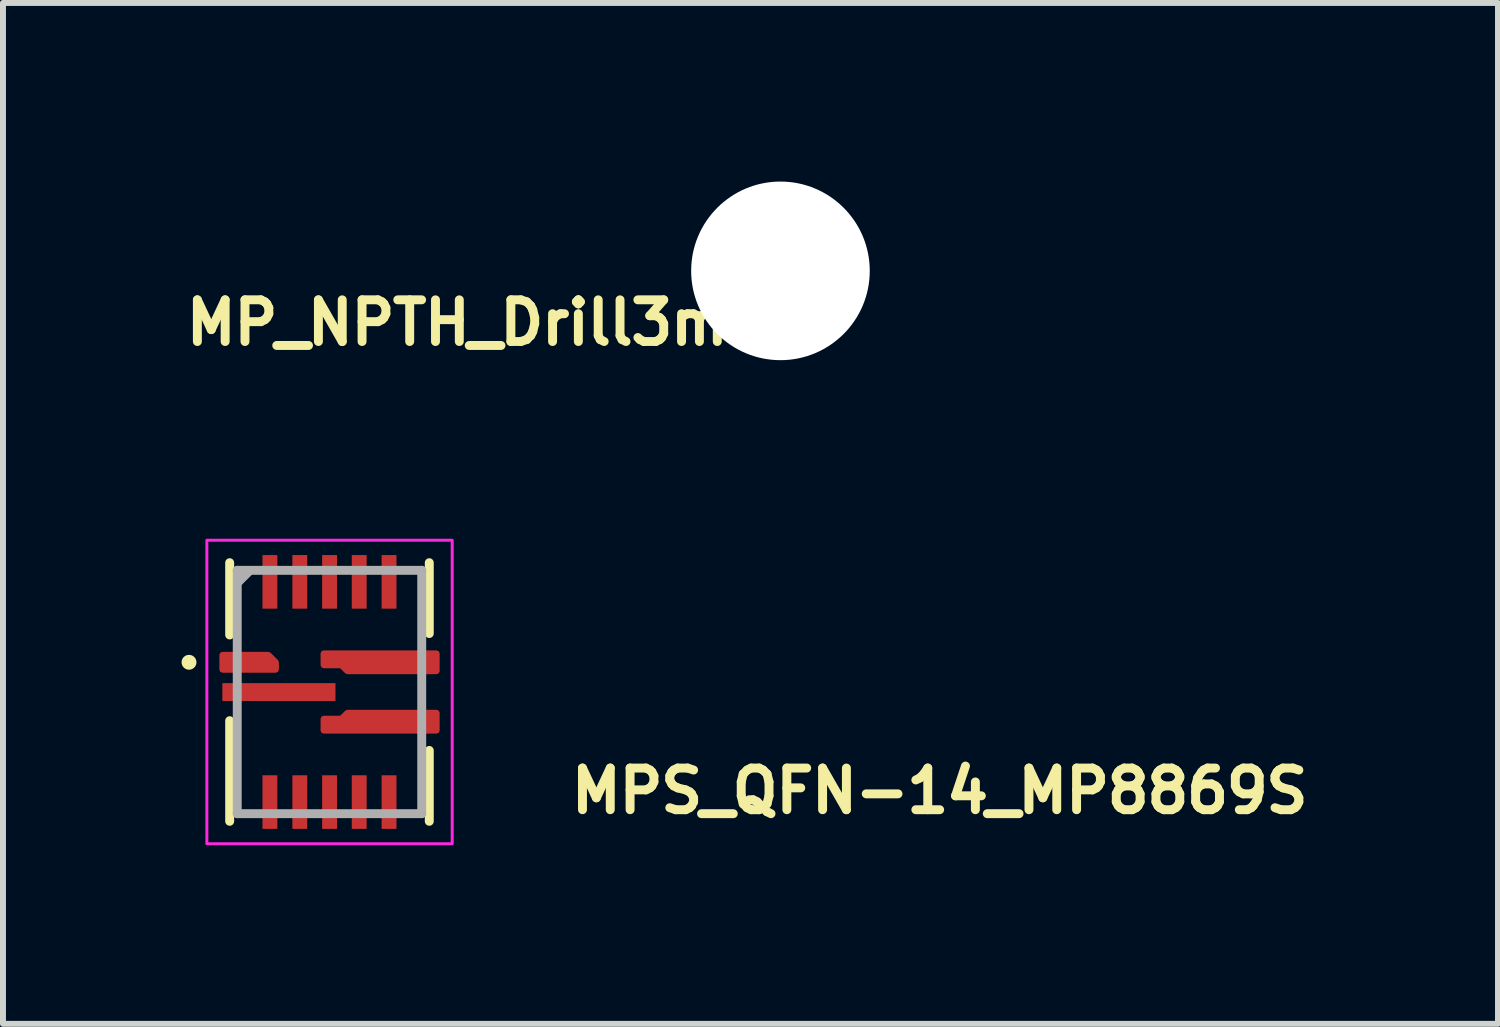
<source format=kicad_pcb>
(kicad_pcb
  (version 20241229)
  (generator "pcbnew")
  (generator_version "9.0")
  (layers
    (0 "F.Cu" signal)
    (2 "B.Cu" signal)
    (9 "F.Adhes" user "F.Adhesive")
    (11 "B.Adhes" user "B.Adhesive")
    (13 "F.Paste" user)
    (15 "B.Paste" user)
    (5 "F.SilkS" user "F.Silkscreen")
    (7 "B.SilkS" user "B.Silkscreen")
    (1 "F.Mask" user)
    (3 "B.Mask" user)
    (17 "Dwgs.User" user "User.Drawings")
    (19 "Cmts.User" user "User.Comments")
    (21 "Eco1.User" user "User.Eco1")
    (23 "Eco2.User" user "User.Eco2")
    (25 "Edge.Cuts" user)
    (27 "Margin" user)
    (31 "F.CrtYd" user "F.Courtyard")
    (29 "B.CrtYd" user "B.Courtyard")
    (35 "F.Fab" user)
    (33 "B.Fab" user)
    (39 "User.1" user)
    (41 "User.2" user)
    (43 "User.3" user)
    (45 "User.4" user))
  (footprint "MP_NPTH_Drill3mm"
    (layer "F.Cu")
    (at 10.06 1.5)
    (property "Reference" "MP_NPTH_Drill3mm" (at -10.06 1.28 0) (layer "F.SilkS") (effects (font (size 0.7 0.7) (thickness 0.15)) (justify left bottom)))
    (attr board_only exclude_from_pos_files exclude_from_bom)
    (pad "" np_thru_hole circle (at 0 0) (size 3 3) (drill 3) (layers "*.Cu" "*.Mask")))
  (footprint "MPS_QFN-14_MP8869S"
    (layer "F.Cu")
    (at 2.486 8.575)
    (property "Reference" "MPS_QFN-14_MP8869S" (at 3.983 2.07 0) (layer "F.SilkS") (effects (font (size 0.7 0.7) (thickness 0.15)) (justify left bottom)))
    (attr smd)
    (fp_line (start -1.678 -0.959) (end -1.678 -2.173) (stroke (width 0.15) (type solid)) (layer "F.SilkS"))
    (fp_line (start -1.678 2.171) (end -1.678 0.481) (stroke (width 0.15) (type solid)) (layer "F.SilkS"))
    (fp_line (start 1.675 -2.173) (end 1.675 -0.983) (stroke (width 0.15) (type solid)) (layer "F.SilkS"))
    (fp_line (start 1.675 0.981) (end 1.675 2.171) (stroke (width 0.15) (type solid)) (layer "F.SilkS"))
    (fp_circle (center -2.361 -0.5) (end -2.311 -0.5) (stroke (width 0.15) (type solid)) (fill yes) (layer "F.SilkS"))
    (fp_rect (start -2.061 -2.55) (end 2.06 2.548) (stroke (width 0.05) (type solid)) (fill no) (layer "F.CrtYd"))
    (fp_line (start -1.551 -2.045) (end -1.551 2.043) (stroke (width 0.15) (type solid)) (layer "F.Fab"))
    (fp_line (start -1.551 2.043) (end 1.548 2.043) (stroke (width 0.15) (type solid)) (layer "F.Fab"))
    (fp_line (start -1.541 -1.841) (end -1.341 -2.04) (stroke (width 0.15) (type solid)) (layer "F.Fab"))
    (fp_line (start 1.548 -2.045) (end -1.551 -2.045) (stroke (width 0.15) (type solid)) (layer "F.Fab"))
    (fp_line (start 1.548 2.043) (end 1.548 -2.045) (stroke (width 0.15) (type solid)) (layer "F.Fab"))
    (fp_rect (start -1.561 -2.05) (end 1.56 2.048) (stroke (width 0.1) (type solid)) (fill no) (layer "User.5"))
    (fp_line (start -1.561 -1.401) (end -1.551 -1.401) (stroke (width 0.02) (type solid)) (layer "User.9"))
    (fp_line (start -1.561 -1.101) (end -1.561 -1.401) (stroke (width 0.02) (type solid)) (layer "User.9"))
    (fp_line (start -1.561 -0.902) (end -1.551 -0.902) (stroke (width 0.02) (type solid)) (layer "User.9"))
    (fp_line (start -1.561 -0.6) (end -1.561 -0.902) (stroke (width 0.02) (type solid)) (layer "User.9"))
    (fp_line (start -1.561 -0.402) (end -1.551 -0.402) (stroke (width 0.02) (type solid)) (layer "User.9"))
    (fp_line (start -1.561 -0.102) (end -1.561 -0.402) (stroke (width 0.02) (type solid)) (layer "User.9"))
    (fp_line (start -1.561 0.1) (end -1.551 0.1) (stroke (width 0.02) (type solid)) (layer "User.9"))
    (fp_line (start -1.561 0.4) (end -1.561 0.1) (stroke (width 0.02) (type solid)) (layer "User.9"))
    (fp_line (start -1.561 0.598) (end -1.561 0.9) (stroke (width 0.02) (type solid)) (layer "User.9"))
    (fp_line (start -1.561 0.9) (end -1.551 0.9) (stroke (width 0.02) (type solid)) (layer "User.9"))
    (fp_line (start -1.561 1.1) (end -1.561 1.398) (stroke (width 0.02) (type solid)) (layer "User.9"))
    (fp_line (start -1.561 1.398) (end -1.551 1.398) (stroke (width 0.02) (type solid)) (layer "User.9"))
    (fp_line (start -1.551 -2.05) (end 1.55 -2.05) (stroke (width 0.02) (type solid)) (layer "User.9"))
    (fp_line (start -1.551 -1.101) (end -1.561 -1.101) (stroke (width 0.02) (type solid)) (layer "User.9"))
    (fp_line (start -1.551 -0.6) (end -1.561 -0.6) (stroke (width 0.02) (type solid)) (layer "User.9"))
    (fp_line (start -1.551 -0.102) (end -1.561 -0.102) (stroke (width 0.02) (type solid)) (layer "User.9"))
    (fp_line (start -1.551 0.4) (end -1.561 0.4) (stroke (width 0.02) (type solid)) (layer "User.9"))
    (fp_line (start -1.551 0.598) (end -1.561 0.598) (stroke (width 0.02) (type solid)) (layer "User.9"))
    (fp_line (start -1.551 1.1) (end -1.561 1.1) (stroke (width 0.02) (type solid)) (layer "User.9"))
    (fp_line (start -1.551 2.048) (end -1.551 -2.05) (stroke (width 0.02) (type solid)) (layer "User.9"))
    (fp_line (start -1.25 -1.571) (end -1.248 -1.581) (stroke (width 0.02) (type solid)) (layer "User.9"))
    (fp_line (start -1.25 -1.561) (end -1.25 -1.571) (stroke (width 0.02) (type solid)) (layer "User.9"))
    (fp_line (start -1.25 -1.551) (end -1.25 -1.561) (stroke (width 0.02) (type solid)) (layer "User.9"))
    (fp_line (start -1.25 -1.551) (end -1.25 -1.551) (stroke (width 0.02) (type solid)) (layer "User.9"))
    (fp_line (start -1.25 -1.541) (end -1.25 -1.551) (stroke (width 0.02) (type solid)) (layer "User.9"))
    (fp_line (start -1.25 -1.53) (end -1.25 -1.541) (stroke (width 0.02) (type solid)) (layer "User.9"))
    (fp_line (start -1.248 -1.581) (end -1.246 -1.591) (stroke (width 0.02) (type solid)) (layer "User.9"))
    (fp_line (start -1.248 -1.52) (end -1.25 -1.53) (stroke (width 0.02) (type solid)) (layer "User.9"))
    (fp_line (start -1.246 -1.591) (end -1.244 -1.601) (stroke (width 0.02) (type solid)) (layer "User.9"))
    (fp_line (start -1.246 -1.51) (end -1.248 -1.52) (stroke (width 0.02) (type solid)) (layer "User.9"))
    (fp_line (start -1.244 -1.601) (end -1.242 -1.611) (stroke (width 0.02) (type solid)) (layer "User.9"))
    (fp_line (start -1.244 -1.502) (end -1.246 -1.51) (stroke (width 0.02) (type solid)) (layer "User.9"))
    (fp_line (start -1.242 -1.611) (end -1.238 -1.619) (stroke (width 0.02) (type solid)) (layer "User.9"))
    (fp_line (start -1.242 -1.492) (end -1.244 -1.502) (stroke (width 0.02) (type solid)) (layer "User.9"))
    (fp_line (start -1.238 -1.619) (end -1.236 -1.629) (stroke (width 0.02) (type solid)) (layer "User.9"))
    (fp_line (start -1.238 -1.482) (end -1.242 -1.492) (stroke (width 0.02) (type solid)) (layer "User.9"))
    (fp_line (start -1.236 -1.629) (end -1.232 -1.637) (stroke (width 0.02) (type solid)) (layer "User.9"))
    (fp_line (start -1.236 -1.474) (end -1.238 -1.482) (stroke (width 0.02) (type solid)) (layer "User.9"))
    (fp_line (start -1.232 -1.637) (end -1.226 -1.647) (stroke (width 0.02) (type solid)) (layer "User.9"))
    (fp_line (start -1.232 -1.464) (end -1.236 -1.474) (stroke (width 0.02) (type solid)) (layer "User.9"))
    (fp_line (start -1.226 -1.647) (end -1.222 -1.655) (stroke (width 0.02) (type solid)) (layer "User.9"))
    (fp_line (start -1.226 -1.456) (end -1.232 -1.464) (stroke (width 0.02) (type solid)) (layer "User.9"))
    (fp_line (start -1.222 -1.655) (end -1.216 -1.663) (stroke (width 0.02) (type solid)) (layer "User.9"))
    (fp_line (start -1.222 -1.448) (end -1.226 -1.456) (stroke (width 0.02) (type solid)) (layer "User.9"))
    (fp_line (start -1.216 -1.663) (end -1.212 -1.67) (stroke (width 0.02) (type solid)) (layer "User.9"))
    (fp_line (start -1.216 -1.44) (end -1.222 -1.448) (stroke (width 0.02) (type solid)) (layer "User.9"))
    (fp_line (start -1.212 -1.67) (end -1.206 -1.678) (stroke (width 0.02) (type solid)) (layer "User.9"))
    (fp_line (start -1.212 -1.432) (end -1.216 -1.44) (stroke (width 0.02) (type solid)) (layer "User.9"))
    (fp_line (start -1.206 -1.678) (end -1.198 -1.686) (stroke (width 0.02) (type solid)) (layer "User.9"))
    (fp_line (start -1.206 -1.424) (end -1.212 -1.432) (stroke (width 0.02) (type solid)) (layer "User.9"))
    (fp_line (start -1.198 -1.686) (end -1.192 -1.692) (stroke (width 0.02) (type solid)) (layer "User.9"))
    (fp_line (start -1.198 -1.416) (end -1.206 -1.424) (stroke (width 0.02) (type solid)) (layer "User.9"))
    (fp_line (start -1.192 -1.692) (end -1.186 -1.7) (stroke (width 0.02) (type solid)) (layer "User.9"))
    (fp_line (start -1.192 -1.41) (end -1.198 -1.416) (stroke (width 0.02) (type solid)) (layer "User.9"))
    (fp_line (start -1.186 -1.7) (end -1.178 -1.706) (stroke (width 0.02) (type solid)) (layer "User.9"))
    (fp_line (start -1.186 -1.403) (end -1.192 -1.41) (stroke (width 0.02) (type solid)) (layer "User.9"))
    (fp_line (start -1.178 -1.706) (end -1.17 -1.712) (stroke (width 0.02) (type solid)) (layer "User.9"))
    (fp_line (start -1.178 -1.397) (end -1.186 -1.403) (stroke (width 0.02) (type solid)) (layer "User.9"))
    (fp_line (start -1.17 -1.712) (end -1.162 -1.716) (stroke (width 0.02) (type solid)) (layer "User.9"))
    (fp_line (start -1.17 -1.391) (end -1.178 -1.397) (stroke (width 0.02) (type solid)) (layer "User.9"))
    (fp_line (start -1.162 -1.716) (end -1.154 -1.722) (stroke (width 0.02) (type solid)) (layer "User.9"))
    (fp_line (start -1.162 -1.385) (end -1.17 -1.391) (stroke (width 0.02) (type solid)) (layer "User.9"))
    (fp_line (start -1.154 -1.722) (end -1.147 -1.726) (stroke (width 0.02) (type solid)) (layer "User.9"))
    (fp_line (start -1.154 -1.379) (end -1.162 -1.385) (stroke (width 0.02) (type solid)) (layer "User.9"))
    (fp_line (start -1.147 -1.726) (end -1.137 -1.732) (stroke (width 0.02) (type solid)) (layer "User.9"))
    (fp_line (start -1.147 -1.375) (end -1.154 -1.379) (stroke (width 0.02) (type solid)) (layer "User.9"))
    (fp_line (start -1.137 -1.732) (end -1.129 -1.736) (stroke (width 0.02) (type solid)) (layer "User.9"))
    (fp_line (start -1.137 -1.371) (end -1.147 -1.375) (stroke (width 0.02) (type solid)) (layer "User.9"))
    (fp_line (start -1.129 -1.736) (end -1.119 -1.738) (stroke (width 0.02) (type solid)) (layer "User.9"))
    (fp_line (start -1.129 -1.367) (end -1.137 -1.371) (stroke (width 0.02) (type solid)) (layer "User.9"))
    (fp_line (start -1.119 -1.738) (end -1.111 -1.742) (stroke (width 0.02) (type solid)) (layer "User.9"))
    (fp_line (start -1.119 -1.363) (end -1.129 -1.367) (stroke (width 0.02) (type solid)) (layer "User.9"))
    (fp_line (start -1.111 -1.742) (end -1.101 -1.744) (stroke (width 0.02) (type solid)) (layer "User.9"))
    (fp_line (start -1.111 -1.361) (end -1.119 -1.363) (stroke (width 0.02) (type solid)) (layer "User.9"))
    (fp_line (start -1.101 -1.744) (end -1.091 -1.746) (stroke (width 0.02) (type solid)) (layer "User.9"))
    (fp_line (start -1.101 -1.357) (end -1.111 -1.361) (stroke (width 0.02) (type solid)) (layer "User.9"))
    (fp_line (start -1.091 -1.746) (end -1.081 -1.748) (stroke (width 0.02) (type solid)) (layer "User.9"))
    (fp_line (start -1.091 -1.355) (end -1.101 -1.357) (stroke (width 0.02) (type solid)) (layer "User.9"))
    (fp_line (start -1.081 -1.748) (end -1.071 -1.75) (stroke (width 0.02) (type solid)) (layer "User.9"))
    (fp_line (start -1.081 -1.353) (end -1.091 -1.355) (stroke (width 0.02) (type solid)) (layer "User.9"))
    (fp_line (start -1.071 -1.75) (end -1.061 -1.75) (stroke (width 0.02) (type solid)) (layer "User.9"))
    (fp_line (start -1.071 -1.353) (end -1.081 -1.353) (stroke (width 0.02) (type solid)) (layer "User.9"))
    (fp_line (start -1.061 -1.75) (end -1.051 -1.75) (stroke (width 0.02) (type solid)) (layer "User.9"))
    (fp_line (start -1.061 -1.351) (end -1.071 -1.353) (stroke (width 0.02) (type solid)) (layer "User.9"))
    (fp_line (start -1.051 -1.75) (end -1.041 -1.75) (stroke (width 0.02) (type solid)) (layer "User.9"))
    (fp_line (start -1.051 -1.351) (end -1.061 -1.351) (stroke (width 0.02) (type solid)) (layer "User.9"))
    (fp_line (start -1.041 -1.75) (end -1.031 -1.75) (stroke (width 0.02) (type solid)) (layer "User.9"))
    (fp_line (start -1.041 -1.351) (end -1.051 -1.351) (stroke (width 0.02) (type solid)) (layer "User.9"))
    (fp_line (start -1.031 -1.75) (end -1.02 -1.748) (stroke (width 0.02) (type solid)) (layer "User.9"))
    (fp_line (start -1.031 -1.353) (end -1.041 -1.351) (stroke (width 0.02) (type solid)) (layer "User.9"))
    (fp_line (start -1.02 -1.748) (end -1.01 -1.746) (stroke (width 0.02) (type solid)) (layer "User.9"))
    (fp_line (start -1.02 -1.353) (end -1.031 -1.353) (stroke (width 0.02) (type solid)) (layer "User.9"))
    (fp_line (start -1.01 -1.746) (end -1.002 -1.744) (stroke (width 0.02) (type solid)) (layer "User.9"))
    (fp_line (start -1.01 -1.355) (end -1.02 -1.353) (stroke (width 0.02) (type solid)) (layer "User.9"))
    (fp_line (start -1.002 -1.744) (end -0.991 -1.742) (stroke (width 0.02) (type solid)) (layer "User.9"))
    (fp_line (start -1.002 -1.357) (end -1.01 -1.355) (stroke (width 0.02) (type solid)) (layer "User.9"))
    (fp_line (start -0.991 -1.742) (end -0.982 -1.738) (stroke (width 0.02) (type solid)) (layer "User.9"))
    (fp_line (start -0.991 -1.361) (end -1.002 -1.357) (stroke (width 0.02) (type solid)) (layer "User.9"))
    (fp_line (start -0.982 -1.738) (end -0.973 -1.736) (stroke (width 0.02) (type solid)) (layer "User.9"))
    (fp_line (start -0.982 -1.363) (end -0.991 -1.361) (stroke (width 0.02) (type solid)) (layer "User.9"))
    (fp_line (start -0.973 -1.736) (end -0.964 -1.732) (stroke (width 0.02) (type solid)) (layer "User.9"))
    (fp_line (start -0.973 -1.367) (end -0.982 -1.363) (stroke (width 0.02) (type solid)) (layer "User.9"))
    (fp_line (start -0.964 -1.732) (end -0.956 -1.726) (stroke (width 0.02) (type solid)) (layer "User.9"))
    (fp_line (start -0.964 -1.371) (end -0.973 -1.367) (stroke (width 0.02) (type solid)) (layer "User.9"))
    (fp_line (start -0.956 -1.726) (end -0.948 -1.722) (stroke (width 0.02) (type solid)) (layer "User.9"))
    (fp_line (start -0.956 -1.375) (end -0.964 -1.371) (stroke (width 0.02) (type solid)) (layer "User.9"))
    (fp_line (start -0.948 -1.722) (end -0.94 -1.716) (stroke (width 0.02) (type solid)) (layer "User.9"))
    (fp_line (start -0.948 -1.379) (end -0.956 -1.375) (stroke (width 0.02) (type solid)) (layer "User.9"))
    (fp_line (start -0.94 -1.716) (end -0.932 -1.712) (stroke (width 0.02) (type solid)) (layer "User.9"))
    (fp_line (start -0.94 -1.385) (end -0.948 -1.379) (stroke (width 0.02) (type solid)) (layer "User.9"))
    (fp_line (start -0.932 -1.712) (end -0.924 -1.706) (stroke (width 0.02) (type solid)) (layer "User.9"))
    (fp_line (start -0.932 -1.391) (end -0.94 -1.385) (stroke (width 0.02) (type solid)) (layer "User.9"))
    (fp_line (start -0.924 -1.706) (end -0.917 -1.7) (stroke (width 0.02) (type solid)) (layer "User.9"))
    (fp_line (start -0.924 -1.397) (end -0.932 -1.391) (stroke (width 0.02) (type solid)) (layer "User.9"))
    (fp_line (start -0.917 -1.7) (end -0.91 -1.692) (stroke (width 0.02) (type solid)) (layer "User.9"))
    (fp_line (start -0.917 -1.403) (end -0.924 -1.397) (stroke (width 0.02) (type solid)) (layer "User.9"))
    (fp_line (start -0.91 -1.692) (end -0.904 -1.686) (stroke (width 0.02) (type solid)) (layer "User.9"))
    (fp_line (start -0.91 -1.41) (end -0.917 -1.403) (stroke (width 0.02) (type solid)) (layer "User.9"))
    (fp_line (start -0.904 -1.686) (end -0.896 -1.678) (stroke (width 0.02) (type solid)) (layer "User.9"))
    (fp_line (start -0.904 -1.416) (end -0.91 -1.41) (stroke (width 0.02) (type solid)) (layer "User.9"))
    (fp_line (start -0.896 -1.678) (end -0.89 -1.67) (stroke (width 0.02) (type solid)) (layer "User.9"))
    (fp_line (start -0.896 -1.424) (end -0.904 -1.416) (stroke (width 0.02) (type solid)) (layer "User.9"))
    (fp_line (start -0.89 -1.67) (end -0.885 -1.663) (stroke (width 0.02) (type solid)) (layer "User.9"))
    (fp_line (start -0.89 -1.432) (end -0.896 -1.424) (stroke (width 0.02) (type solid)) (layer "User.9"))
    (fp_line (start -0.885 -1.663) (end -0.88 -1.655) (stroke (width 0.02) (type solid)) (layer "User.9"))
    (fp_line (start -0.885 -1.44) (end -0.89 -1.432) (stroke (width 0.02) (type solid)) (layer "User.9"))
    (fp_line (start -0.88 -1.655) (end -0.875 -1.647) (stroke (width 0.02) (type solid)) (layer "User.9"))
    (fp_line (start -0.88 -1.448) (end -0.885 -1.44) (stroke (width 0.02) (type solid)) (layer "User.9"))
    (fp_line (start -0.875 -1.647) (end -0.87 -1.637) (stroke (width 0.02) (type solid)) (layer "User.9"))
    (fp_line (start -0.875 -1.456) (end -0.88 -1.448) (stroke (width 0.02) (type solid)) (layer "User.9"))
    (fp_line (start -0.87 -1.637) (end -0.866 -1.629) (stroke (width 0.02) (type solid)) (layer "User.9"))
    (fp_line (start -0.87 -1.464) (end -0.875 -1.456) (stroke (width 0.02) (type solid)) (layer "User.9"))
    (fp_line (start -0.866 -1.629) (end -0.863 -1.619) (stroke (width 0.02) (type solid)) (layer "User.9"))
    (fp_line (start -0.866 -1.474) (end -0.87 -1.464) (stroke (width 0.02) (type solid)) (layer "User.9"))
    (fp_line (start -0.863 -1.619) (end -0.86 -1.611) (stroke (width 0.02) (type solid)) (layer "User.9"))
    (fp_line (start -0.863 -1.482) (end -0.866 -1.474) (stroke (width 0.02) (type solid)) (layer "User.9"))
    (fp_line (start -0.86 -1.611) (end -0.857 -1.601) (stroke (width 0.02) (type solid)) (layer "User.9"))
    (fp_line (start -0.86 -1.492) (end -0.863 -1.482) (stroke (width 0.02) (type solid)) (layer "User.9"))
    (fp_line (start -0.857 -1.601) (end -0.855 -1.591) (stroke (width 0.02) (type solid)) (layer "User.9"))
    (fp_line (start -0.857 -1.502) (end -0.86 -1.492) (stroke (width 0.02) (type solid)) (layer "User.9"))
    (fp_line (start -0.855 -1.591) (end -0.853 -1.581) (stroke (width 0.02) (type solid)) (layer "User.9"))
    (fp_line (start -0.855 -1.51) (end -0.857 -1.502) (stroke (width 0.02) (type solid)) (layer "User.9"))
    (fp_line (start -0.853 -1.581) (end -0.852 -1.571) (stroke (width 0.02) (type solid)) (layer "User.9"))
    (fp_line (start -0.853 -1.52) (end -0.855 -1.51) (stroke (width 0.02) (type solid)) (layer "User.9"))
    (fp_line (start -0.852 -1.571) (end -0.851 -1.561) (stroke (width 0.02) (type solid)) (layer "User.9"))
    (fp_line (start -0.852 -1.53) (end -0.853 -1.52) (stroke (width 0.02) (type solid)) (layer "User.9"))
    (fp_line (start -0.851 -1.561) (end -0.851 -1.551) (stroke (width 0.02) (type solid)) (layer "User.9"))
    (fp_line (start -0.851 -1.551) (end -0.851 -1.551) (stroke (width 0.02) (type solid)) (layer "User.9"))
    (fp_line (start -0.851 -1.551) (end -0.851 -1.541) (stroke (width 0.02) (type solid)) (layer "User.9"))
    (fp_line (start -0.851 -1.541) (end -0.852 -1.53) (stroke (width 0.02) (type solid)) (layer "User.9"))
    (fp_line (start 1.55 -2.05) (end 1.55 2.048) (stroke (width 0.02) (type solid)) (layer "User.9"))
    (fp_line (start 1.55 -1.401) (end 1.56 -1.401) (stroke (width 0.02) (type solid)) (layer "User.9"))
    (fp_line (start 1.55 -0.6) (end 1.56 -0.6) (stroke (width 0.02) (type solid)) (layer "User.9"))
    (fp_line (start 1.55 -0.102) (end 1.56 -0.102) (stroke (width 0.02) (type solid)) (layer "User.9"))
    (fp_line (start 1.55 0.4) (end 1.56 0.4) (stroke (width 0.02) (type solid)) (layer "User.9"))
    (fp_line (start 1.55 0.598) (end 1.56 0.598) (stroke (width 0.02) (type solid)) (layer "User.9"))
    (fp_line (start 1.55 1.398) (end 1.56 1.398) (stroke (width 0.02) (type solid)) (layer "User.9"))
    (fp_line (start 1.55 2.048) (end -1.551 2.048) (stroke (width 0.02) (type solid)) (layer "User.9"))
    (fp_line (start 1.56 -1.401) (end 1.56 -1.101) (stroke (width 0.02) (type solid)) (layer "User.9"))
    (fp_line (start 1.56 -1.101) (end 1.55 -1.101) (stroke (width 0.02) (type solid)) (layer "User.9"))
    (fp_line (start 1.56 -0.902) (end 1.55 -0.902) (stroke (width 0.02) (type solid)) (layer "User.9"))
    (fp_line (start 1.56 -0.6) (end 1.56 -0.902) (stroke (width 0.02) (type solid)) (layer "User.9"))
    (fp_line (start 1.56 -0.402) (end 1.55 -0.402) (stroke (width 0.02) (type solid)) (layer "User.9"))
    (fp_line (start 1.56 -0.102) (end 1.56 -0.402) (stroke (width 0.02) (type solid)) (layer "User.9"))
    (fp_line (start 1.56 0.1) (end 1.55 0.1) (stroke (width 0.02) (type solid)) (layer "User.9"))
    (fp_line (start 1.56 0.4) (end 1.56 0.1) (stroke (width 0.02) (type solid)) (layer "User.9"))
    (fp_line (start 1.56 0.598) (end 1.56 0.9) (stroke (width 0.02) (type solid)) (layer "User.9"))
    (fp_line (start 1.56 0.9) (end 1.55 0.9) (stroke (width 0.02) (type solid)) (layer "User.9"))
    (fp_line (start 1.56 1.1) (end 1.55 1.1) (stroke (width 0.02) (type solid)) (layer "User.9"))
    (fp_line (start 1.56 1.398) (end 1.56 1.1) (stroke (width 0.02) (type solid)) (layer "User.9"))
    (pad "1" smd custom (at -1.401 -0.5) (size 0.8 0.25) (layers "F.Cu" "F.Mask" "F.Paste") (options (anchor rect)) (primitives (gr_poly (pts (xy -0.4 -0.125) (xy -0.4 0.125) (xy 0.5 0.125) (xy 0.5 -0.000001) (xy 0.375 -0.125)) (width 0.1) (fill yes))))
    (pad "2" smd rect (at -0.851 0) (size 1.9 0.3) (layers "F.Cu" "F.Mask" "F.Paste"))
    (pad "3" smd rect (at -1.002 1.848 90) (size 0.9 0.25) (layers "F.Cu" "F.Mask" "F.Paste"))
    (pad "4" smd rect (at -0.5 1.848 90) (size 0.9 0.25) (layers "F.Cu" "F.Mask" "F.Paste"))
    (pad "5" smd rect (at 0 1.848 90) (size 0.9 0.25) (layers "F.Cu" "F.Mask" "F.Paste"))
    (pad "6" smd rect (at 0.498 1.848 90) (size 0.9 0.25) (layers "F.Cu" "F.Mask" "F.Paste"))
    (pad "7" smd rect (at 0.999 1.848 90) (size 0.9 0.25) (layers "F.Cu" "F.Mask" "F.Paste"))
    (pad "8" smd custom (at 0.849 0.498) (size 0.127 0.127) (layers "F.Cu" "F.Mask" "F.Paste") (options (anchor rect)) (primitives (gr_poly (pts (xy 0.95 0.15) (xy 0.95 -0.15) (xy -0.55 -0.15) (xy -0.65 -0.05) (xy -0.95 -0.05) (xy -0.95 0.15)) (width 0.1) (fill yes))))
    (pad "9" smd custom (at 0.849 -0.5) (size 0.127 0.127) (layers "F.Cu" "F.Mask" "F.Paste") (options (anchor rect)) (primitives (gr_poly (pts (xy 0.95 -0.15) (xy 0.95 0.15) (xy -0.55 0.15) (xy -0.65 0.05) (xy -0.95 0.05) (xy -0.95 -0.15)) (width 0.1) (fill yes))))
    (pad "10" smd rect (at 0.999 -1.851 90) (size 0.9 0.25) (layers "F.Cu" "F.Mask" "F.Paste"))
    (pad "11" smd rect (at 0.498 -1.851 90) (size 0.9 0.25) (layers "F.Cu" "F.Mask" "F.Paste"))
    (pad "12" smd rect (at 0 -1.851 90) (size 0.9 0.25) (layers "F.Cu" "F.Mask" "F.Paste"))
    (pad "13" smd rect (at -0.5 -1.851 90) (size 0.9 0.25) (layers "F.Cu" "F.Mask" "F.Paste"))
    (pad "14" smd rect (at -1.002 -1.851 90) (size 0.9 0.25) (layers "F.Cu" "F.Mask" "F.Paste")))
  (gr_rect
    (start -3 -3)
    (end 22.113 14.148)
    (stroke (width 0.1) (type default))
    (fill no)
    (layer "Edge.Cuts")))
</source>
